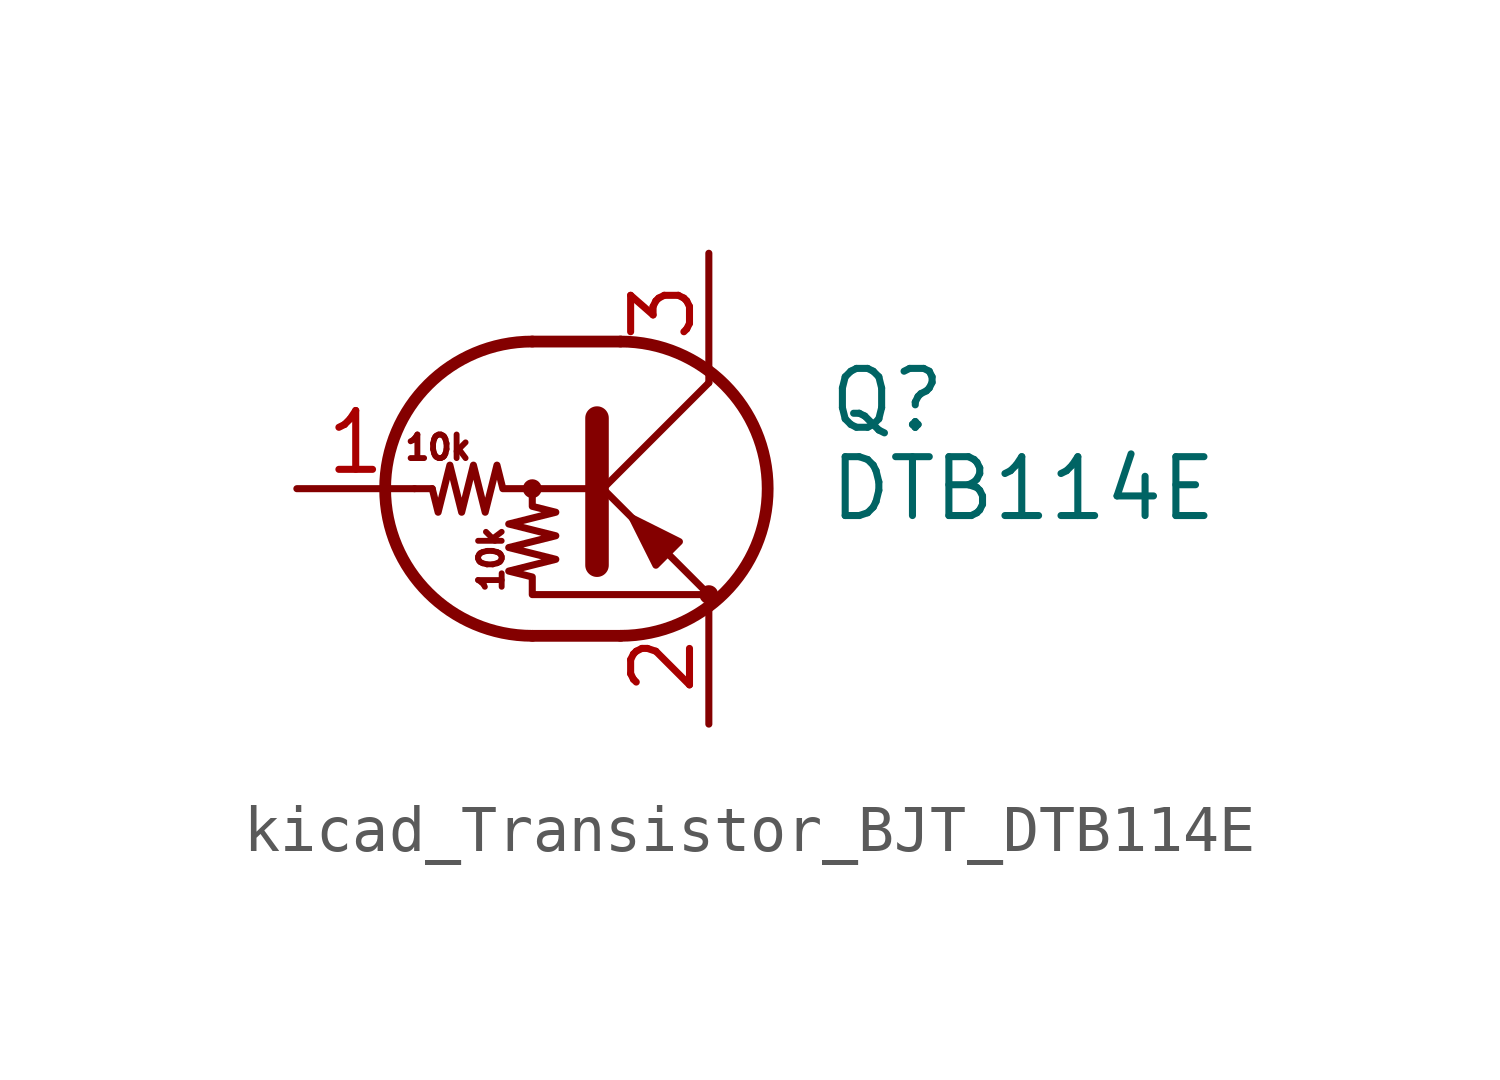
<source format=kicad_sym>
(kicad_symbol_lib
  (version 20220914)
  (generator kicad_symbol_editor)
  (symbol "kicad_Transistor_BJT_DTB114E"
    (pin_names
      (offset 0) hide)
    (property "Reference" "Q"
      (at 5.08 1.905 0)
      (effects (font (size 1.27 1.27)) (justify left)))
    (property "Value" "DTB114E"
      (at 5.08 0 0)
      (effects (font (size 1.27 1.27)) (justify left)))
    (symbol "kicad_Transistor_BJT_DTB114E_0_0"
      (text "10k" (at -3.302 0.889 0) (effects (font (size 0.508 0.508))))
      (text "10k" (at -2.159 -1.524 900) (effects (font (size 0.508 0.508)))))
    (symbol "kicad_Transistor_BJT_DTB114E_0_1"
      (circle (center -1.27 0) (radius 0.127) (stroke (width 0) (type default)) (fill (type none)))
      (arc (start -1.27 3.175) (mid -4.4312 0) (end -1.27 -3.175) (stroke (width 0.254) (type default)) (fill (type none)))
      (polyline (pts (xy -3.429 0) (xy -3.81 0)) (stroke (width 0) (type default)) (fill (type none)))
      (polyline (pts (xy -1.27 -3.175) (xy 0.635 -3.175)) (stroke (width 0.254) (type default)) (fill (type none)))
      (polyline (pts (xy -1.27 3.175) (xy 0.635 3.175)) (stroke (width 0.254) (type default)) (fill (type none)))
      (polyline (pts (xy 0 -0.254) (xy 2.54 2.286)) (stroke (width 0) (type default)) (fill (type none)))
      (polyline (pts (xy 0.127 1.524) (xy 0.127 -1.651)) (stroke (width 0.508) (type default)) (fill (type outline)))
      (polyline (pts (xy 2.54 2.286) (xy 2.54 2.54)) (stroke (width 0) (type default)) (fill (type none)))
      (polyline (pts (xy 2.54 -2.286) (xy 0 0.254) (xy 0 0.254)) (stroke (width 0) (type default)) (fill (type none)))
      (polyline (pts (xy 1.397 -1.651) (xy 1.905 -1.143) (xy 0.889 -0.635) (xy 1.397 -1.651)) (stroke (width 0) (type default)) (fill (type outline)))
      (polyline (pts (xy 0 0) (xy -1.905 0) (xy -2.032 0.508) (xy -2.286 -0.508) (xy -2.54 0.508) (xy -2.794 -0.508) (xy -3.048 0.508) (xy -3.302 -0.508) (xy -3.429 0)) (stroke (width 0) (type default)) (fill (type none)))
      (polyline (pts (xy -1.27 0) (xy -1.27 -0.381) (xy -0.762 -0.508) (xy -1.778 -0.762) (xy -0.762 -1.016) (xy -1.778 -1.27) (xy -0.762 -1.524) (xy -1.778 -1.778) (xy -1.27 -1.905) (xy -1.27 -2.286) (xy 2.54 -2.286)) (stroke (width 0) (type default)) (fill (type none)))
      (arc (start 0.635 -3.175) (mid 3.7962 0) (end 0.635 3.175) (stroke (width 0.254) (type default)) (fill (type none)))
      (circle (center 2.54 -2.286) (radius 0.127) (stroke (width 0) (type default)) (fill (type none))))
    (symbol "kicad_Transistor_BJT_DTB114E_1_1"
      (pin input line (at -6.35 0 0) (length 2.54) (name "B" (effects (font (size 1.27 1.27)))) (number "1" (effects (font (size 1.27 1.27)))))
      (pin passive line (at 2.54 -5.08 90) (length 2.54) (name "E" (effects (font (size 1.27 1.27)))) (number "2" (effects (font (size 1.27 1.27)))))
      (pin passive line (at 2.54 5.08 270) (length 2.54) (name "C" (effects (font (size 1.27 1.27)))) (number "3" (effects (font (size 1.27 1.27))))))))
</source>
